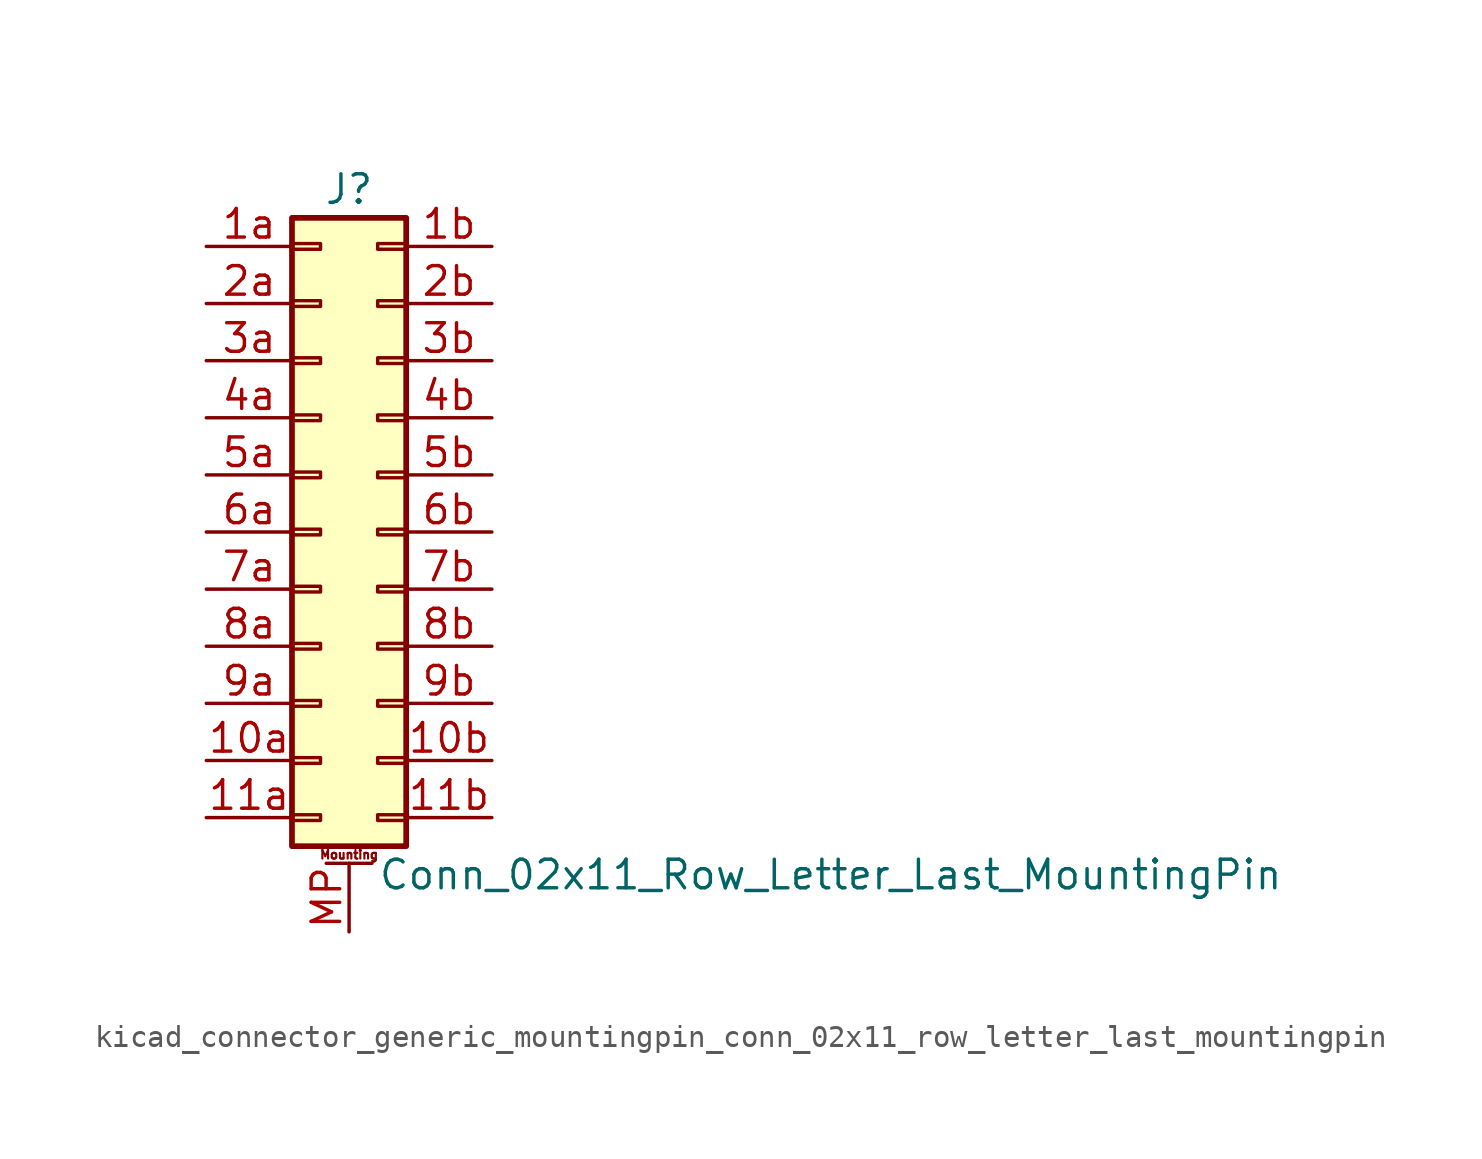
<source format=kicad_sym>
(kicad_symbol_lib
  (version 20220914)
  (generator kicad_symbol_editor)
  (symbol "kicad_connector_generic_mountingpin_conn_02x11_row_letter_last_mountingpin"
    (pin_names
      (offset 1.016) hide)
    (property "Reference" "J"
      (at 1.27 15.24 0)
      (effects (font (size 1.27 1.27))))
    (property "Value" "Conn_02x11_Row_Letter_Last_MountingPin"
      (at 2.54 -15.24 0)
      (effects (font (size 1.27 1.27)) (justify left)))
    (symbol "kicad_connector_generic_mountingpin_conn_02x11_row_letter_last_mountingpin_1_1"
      (rectangle (start -1.27 -12.573) (end 0 -12.827) (stroke (width 0.152) (type default)) (fill (type none)))
      (rectangle (start -1.27 -10.033) (end 0 -10.287) (stroke (width 0.152) (type default)) (fill (type none)))
      (rectangle (start -1.27 -7.493) (end 0 -7.747) (stroke (width 0.152) (type default)) (fill (type none)))
      (rectangle (start -1.27 -4.953) (end 0 -5.207) (stroke (width 0.152) (type default)) (fill (type none)))
      (rectangle (start -1.27 -2.413) (end 0 -2.667) (stroke (width 0.152) (type default)) (fill (type none)))
      (rectangle (start -1.27 0.127) (end 0 -0.127) (stroke (width 0.152) (type default)) (fill (type none)))
      (rectangle (start -1.27 2.667) (end 0 2.413) (stroke (width 0.152) (type default)) (fill (type none)))
      (rectangle (start -1.27 5.207) (end 0 4.953) (stroke (width 0.152) (type default)) (fill (type none)))
      (rectangle (start -1.27 7.747) (end 0 7.493) (stroke (width 0.152) (type default)) (fill (type none)))
      (rectangle (start -1.27 10.287) (end 0 10.033) (stroke (width 0.152) (type default)) (fill (type none)))
      (rectangle (start -1.27 12.827) (end 0 12.573) (stroke (width 0.152) (type default)) (fill (type none)))
      (rectangle (start -1.27 13.97) (end 3.81 -13.97) (stroke (width 0.254) (type default)) (fill (type background)))
      (polyline (pts (xy 0.254 -14.732) (xy 2.286 -14.732)) (stroke (width 0.152) (type default)) (fill (type none)))
      (rectangle (start 3.81 -12.573) (end 2.54 -12.827) (stroke (width 0.152) (type default)) (fill (type none)))
      (rectangle (start 3.81 -10.033) (end 2.54 -10.287) (stroke (width 0.152) (type default)) (fill (type none)))
      (rectangle (start 3.81 -7.493) (end 2.54 -7.747) (stroke (width 0.152) (type default)) (fill (type none)))
      (rectangle (start 3.81 -4.953) (end 2.54 -5.207) (stroke (width 0.152) (type default)) (fill (type none)))
      (rectangle (start 3.81 -2.413) (end 2.54 -2.667) (stroke (width 0.152) (type default)) (fill (type none)))
      (rectangle (start 3.81 0.127) (end 2.54 -0.127) (stroke (width 0.152) (type default)) (fill (type none)))
      (rectangle (start 3.81 2.667) (end 2.54 2.413) (stroke (width 0.152) (type default)) (fill (type none)))
      (rectangle (start 3.81 5.207) (end 2.54 4.953) (stroke (width 0.152) (type default)) (fill (type none)))
      (rectangle (start 3.81 7.747) (end 2.54 7.493) (stroke (width 0.152) (type default)) (fill (type none)))
      (rectangle (start 3.81 10.287) (end 2.54 10.033) (stroke (width 0.152) (type default)) (fill (type none)))
      (rectangle (start 3.81 12.827) (end 2.54 12.573) (stroke (width 0.152) (type default)) (fill (type none)))
      (text "Mounting" (at 1.27 -14.351 0) (effects (font (size 0.381 0.381))))
      (pin passive line (at -5.08 -10.16 0) (length 3.81) (name "Pin_10a" (effects (font (size 1.27 1.27)))) (number "10a" (effects (font (size 1.27 1.27)))))
      (pin passive line (at 7.62 -10.16 180) (length 3.81) (name "Pin_10b" (effects (font (size 1.27 1.27)))) (number "10b" (effects (font (size 1.27 1.27)))))
      (pin passive line (at -5.08 -12.7 0) (length 3.81) (name "Pin_11a" (effects (font (size 1.27 1.27)))) (number "11a" (effects (font (size 1.27 1.27)))))
      (pin passive line (at 7.62 -12.7 180) (length 3.81) (name "Pin_11b" (effects (font (size 1.27 1.27)))) (number "11b" (effects (font (size 1.27 1.27)))))
      (pin passive line (at -5.08 12.7 0) (length 3.81) (name "Pin_1a" (effects (font (size 1.27 1.27)))) (number "1a" (effects (font (size 1.27 1.27)))))
      (pin passive line (at 7.62 12.7 180) (length 3.81) (name "Pin_1b" (effects (font (size 1.27 1.27)))) (number "1b" (effects (font (size 1.27 1.27)))))
      (pin passive line (at -5.08 10.16 0) (length 3.81) (name "Pin_2a" (effects (font (size 1.27 1.27)))) (number "2a" (effects (font (size 1.27 1.27)))))
      (pin passive line (at 7.62 10.16 180) (length 3.81) (name "Pin_2b" (effects (font (size 1.27 1.27)))) (number "2b" (effects (font (size 1.27 1.27)))))
      (pin passive line (at -5.08 7.62 0) (length 3.81) (name "Pin_3a" (effects (font (size 1.27 1.27)))) (number "3a" (effects (font (size 1.27 1.27)))))
      (pin passive line (at 7.62 7.62 180) (length 3.81) (name "Pin_3b" (effects (font (size 1.27 1.27)))) (number "3b" (effects (font (size 1.27 1.27)))))
      (pin passive line (at -5.08 5.08 0) (length 3.81) (name "Pin_4a" (effects (font (size 1.27 1.27)))) (number "4a" (effects (font (size 1.27 1.27)))))
      (pin passive line (at 7.62 5.08 180) (length 3.81) (name "Pin_4b" (effects (font (size 1.27 1.27)))) (number "4b" (effects (font (size 1.27 1.27)))))
      (pin passive line (at -5.08 2.54 0) (length 3.81) (name "Pin_5a" (effects (font (size 1.27 1.27)))) (number "5a" (effects (font (size 1.27 1.27)))))
      (pin passive line (at 7.62 2.54 180) (length 3.81) (name "Pin_5b" (effects (font (size 1.27 1.27)))) (number "5b" (effects (font (size 1.27 1.27)))))
      (pin passive line (at -5.08 0 0) (length 3.81) (name "Pin_6a" (effects (font (size 1.27 1.27)))) (number "6a" (effects (font (size 1.27 1.27)))))
      (pin passive line (at 7.62 0 180) (length 3.81) (name "Pin_6b" (effects (font (size 1.27 1.27)))) (number "6b" (effects (font (size 1.27 1.27)))))
      (pin passive line (at -5.08 -2.54 0) (length 3.81) (name "Pin_7a" (effects (font (size 1.27 1.27)))) (number "7a" (effects (font (size 1.27 1.27)))))
      (pin passive line (at 7.62 -2.54 180) (length 3.81) (name "Pin_7b" (effects (font (size 1.27 1.27)))) (number "7b" (effects (font (size 1.27 1.27)))))
      (pin passive line (at -5.08 -5.08 0) (length 3.81) (name "Pin_8a" (effects (font (size 1.27 1.27)))) (number "8a" (effects (font (size 1.27 1.27)))))
      (pin passive line (at 7.62 -5.08 180) (length 3.81) (name "Pin_8b" (effects (font (size 1.27 1.27)))) (number "8b" (effects (font (size 1.27 1.27)))))
      (pin passive line (at -5.08 -7.62 0) (length 3.81) (name "Pin_9a" (effects (font (size 1.27 1.27)))) (number "9a" (effects (font (size 1.27 1.27)))))
      (pin passive line (at 7.62 -7.62 180) (length 3.81) (name "Pin_9b" (effects (font (size 1.27 1.27)))) (number "9b" (effects (font (size 1.27 1.27)))))
      (pin passive line (at 1.27 -17.78 90) (length 3.048) (name "MountPin" (effects (font (size 1.27 1.27)))) (number "MP" (effects (font (size 1.27 1.27))))))))
</source>
